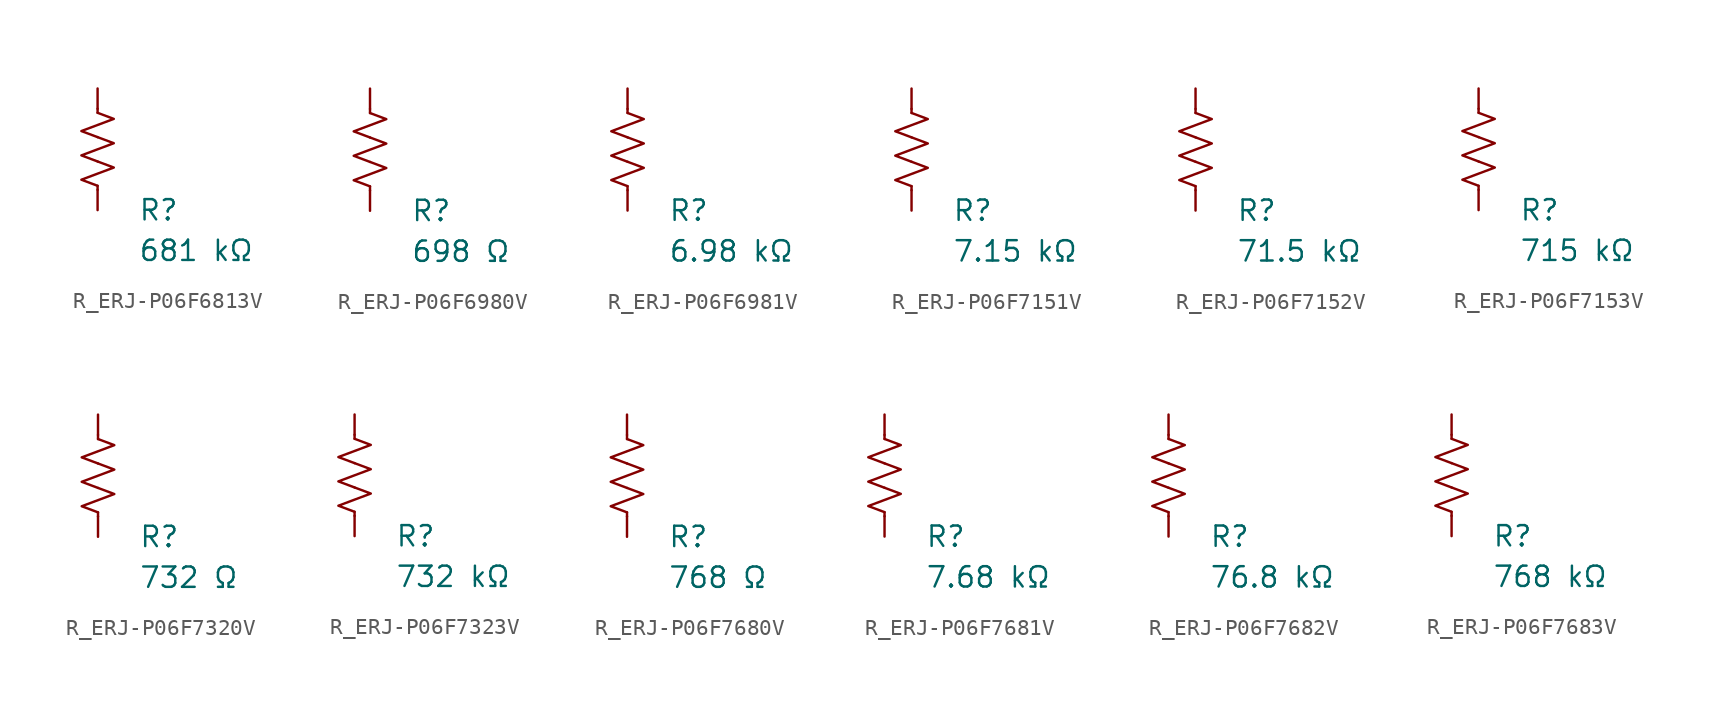
<source format=kicad_sym>
(kicad_symbol_lib
  (version 20231120)
  (generator "kicad_symbol_editor")
  (generator_version "8.0")
  (symbol "R_ERJ-P06F6813V"
    (pin_numbers hide)
    (pin_names
      (offset 0))
    (property "Reference" "R"
      (at 2.54 -3.81 0)
      (effects (font (size 1.27 1.27)) (justify left))
      (show_name no))
    (property "Value" "681 kΩ"
      (at 2.54 -6.35 0)
      (effects (font (size 1.27 1.27)) (justify left))
      (show_name no))
    (symbol "R_ERJ-P06F6813V_0_1"
      (polyline (pts (xy 0 -2.286) (xy 0 -2.54)) (stroke (width 0) (type default)) (fill (type none)))
      (polyline (pts (xy 0 2.286) (xy 0 2.54)) (stroke (width 0) (type default)) (fill (type none)))
      (polyline (pts (xy 0 -0.762) (xy 1.016 -1.143) (xy 0 -1.524) (xy -1.016 -1.905) (xy 0 -2.286)) (stroke (width 0) (type default)) (fill (type none)))
      (polyline (pts (xy 0 0.762) (xy 1.016 0.381) (xy 0 0) (xy -1.016 -0.381) (xy 0 -0.762)) (stroke (width 0) (type default)) (fill (type none)))
      (polyline (pts (xy 0 2.286) (xy 1.016 1.905) (xy 0 1.524) (xy -1.016 1.143) (xy 0 0.762)) (stroke (width 0) (type default)) (fill (type none))))
    (symbol "R_ERJ-P06F6813V_1_1"
      (pin passive line (at 0 3.81 270) (length 1.27) (name "~" (effects (font (size 1.27 1.27)))) (number "1" (effects (font (size 1.27 1.27)))))
      (pin passive line (at 0 -3.81 90) (length 1.27) (name "~" (effects (font (size 1.27 1.27)))) (number "2" (effects (font (size 1.27 1.27)))))))
  (symbol "R_ERJ-P06F6980V"
    (pin_numbers hide)
    (pin_names
      (offset 0))
    (property "Reference" "R"
      (at 2.54 -3.81 0)
      (effects (font (size 1.27 1.27)) (justify left))
      (show_name no))
    (property "Value" "698 Ω"
      (at 2.54 -6.35 0)
      (effects (font (size 1.27 1.27)) (justify left))
      (show_name no))
    (symbol "R_ERJ-P06F6980V_0_1"
      (polyline (pts (xy 0 -2.286) (xy 0 -2.54)) (stroke (width 0) (type default)) (fill (type none)))
      (polyline (pts (xy 0 2.286) (xy 0 2.54)) (stroke (width 0) (type default)) (fill (type none)))
      (polyline (pts (xy 0 -0.762) (xy 1.016 -1.143) (xy 0 -1.524) (xy -1.016 -1.905) (xy 0 -2.286)) (stroke (width 0) (type default)) (fill (type none)))
      (polyline (pts (xy 0 0.762) (xy 1.016 0.381) (xy 0 0) (xy -1.016 -0.381) (xy 0 -0.762)) (stroke (width 0) (type default)) (fill (type none)))
      (polyline (pts (xy 0 2.286) (xy 1.016 1.905) (xy 0 1.524) (xy -1.016 1.143) (xy 0 0.762)) (stroke (width 0) (type default)) (fill (type none))))
    (symbol "R_ERJ-P06F6980V_1_1"
      (pin passive line (at 0 3.81 270) (length 1.27) (name "~" (effects (font (size 1.27 1.27)))) (number "1" (effects (font (size 1.27 1.27)))))
      (pin passive line (at 0 -3.81 90) (length 1.27) (name "~" (effects (font (size 1.27 1.27)))) (number "2" (effects (font (size 1.27 1.27)))))))
  (symbol "R_ERJ-P06F6981V"
    (pin_numbers hide)
    (pin_names
      (offset 0))
    (property "Reference" "R"
      (at 2.54 -3.81 0)
      (effects (font (size 1.27 1.27)) (justify left))
      (show_name no))
    (property "Value" "6.98 kΩ"
      (at 2.54 -6.35 0)
      (effects (font (size 1.27 1.27)) (justify left))
      (show_name no))
    (symbol "R_ERJ-P06F6981V_0_1"
      (polyline (pts (xy 0 -2.286) (xy 0 -2.54)) (stroke (width 0) (type default)) (fill (type none)))
      (polyline (pts (xy 0 2.286) (xy 0 2.54)) (stroke (width 0) (type default)) (fill (type none)))
      (polyline (pts (xy 0 -0.762) (xy 1.016 -1.143) (xy 0 -1.524) (xy -1.016 -1.905) (xy 0 -2.286)) (stroke (width 0) (type default)) (fill (type none)))
      (polyline (pts (xy 0 0.762) (xy 1.016 0.381) (xy 0 0) (xy -1.016 -0.381) (xy 0 -0.762)) (stroke (width 0) (type default)) (fill (type none)))
      (polyline (pts (xy 0 2.286) (xy 1.016 1.905) (xy 0 1.524) (xy -1.016 1.143) (xy 0 0.762)) (stroke (width 0) (type default)) (fill (type none))))
    (symbol "R_ERJ-P06F6981V_1_1"
      (pin passive line (at 0 3.81 270) (length 1.27) (name "~" (effects (font (size 1.27 1.27)))) (number "1" (effects (font (size 1.27 1.27)))))
      (pin passive line (at 0 -3.81 90) (length 1.27) (name "~" (effects (font (size 1.27 1.27)))) (number "2" (effects (font (size 1.27 1.27)))))))
  (symbol "R_ERJ-P06F7151V"
    (pin_numbers hide)
    (pin_names
      (offset 0))
    (property "Reference" "R"
      (at 2.54 -3.81 0)
      (effects (font (size 1.27 1.27)) (justify left))
      (show_name no))
    (property "Value" "7.15 kΩ"
      (at 2.54 -6.35 0)
      (effects (font (size 1.27 1.27)) (justify left))
      (show_name no))
    (symbol "R_ERJ-P06F7151V_0_1"
      (polyline (pts (xy 0 -2.286) (xy 0 -2.54)) (stroke (width 0) (type default)) (fill (type none)))
      (polyline (pts (xy 0 2.286) (xy 0 2.54)) (stroke (width 0) (type default)) (fill (type none)))
      (polyline (pts (xy 0 -0.762) (xy 1.016 -1.143) (xy 0 -1.524) (xy -1.016 -1.905) (xy 0 -2.286)) (stroke (width 0) (type default)) (fill (type none)))
      (polyline (pts (xy 0 0.762) (xy 1.016 0.381) (xy 0 0) (xy -1.016 -0.381) (xy 0 -0.762)) (stroke (width 0) (type default)) (fill (type none)))
      (polyline (pts (xy 0 2.286) (xy 1.016 1.905) (xy 0 1.524) (xy -1.016 1.143) (xy 0 0.762)) (stroke (width 0) (type default)) (fill (type none))))
    (symbol "R_ERJ-P06F7151V_1_1"
      (pin passive line (at 0 3.81 270) (length 1.27) (name "~" (effects (font (size 1.27 1.27)))) (number "1" (effects (font (size 1.27 1.27)))))
      (pin passive line (at 0 -3.81 90) (length 1.27) (name "~" (effects (font (size 1.27 1.27)))) (number "2" (effects (font (size 1.27 1.27)))))))
  (symbol "R_ERJ-P06F7152V"
    (pin_numbers hide)
    (pin_names
      (offset 0))
    (property "Reference" "R"
      (at 2.54 -3.81 0)
      (effects (font (size 1.27 1.27)) (justify left))
      (show_name no))
    (property "Value" "71.5 kΩ"
      (at 2.54 -6.35 0)
      (effects (font (size 1.27 1.27)) (justify left))
      (show_name no))
    (symbol "R_ERJ-P06F7152V_0_1"
      (polyline (pts (xy 0 -2.286) (xy 0 -2.54)) (stroke (width 0) (type default)) (fill (type none)))
      (polyline (pts (xy 0 2.286) (xy 0 2.54)) (stroke (width 0) (type default)) (fill (type none)))
      (polyline (pts (xy 0 -0.762) (xy 1.016 -1.143) (xy 0 -1.524) (xy -1.016 -1.905) (xy 0 -2.286)) (stroke (width 0) (type default)) (fill (type none)))
      (polyline (pts (xy 0 0.762) (xy 1.016 0.381) (xy 0 0) (xy -1.016 -0.381) (xy 0 -0.762)) (stroke (width 0) (type default)) (fill (type none)))
      (polyline (pts (xy 0 2.286) (xy 1.016 1.905) (xy 0 1.524) (xy -1.016 1.143) (xy 0 0.762)) (stroke (width 0) (type default)) (fill (type none))))
    (symbol "R_ERJ-P06F7152V_1_1"
      (pin passive line (at 0 3.81 270) (length 1.27) (name "~" (effects (font (size 1.27 1.27)))) (number "1" (effects (font (size 1.27 1.27)))))
      (pin passive line (at 0 -3.81 90) (length 1.27) (name "~" (effects (font (size 1.27 1.27)))) (number "2" (effects (font (size 1.27 1.27)))))))
  (symbol "R_ERJ-P06F7153V"
    (pin_numbers hide)
    (pin_names
      (offset 0))
    (property "Reference" "R"
      (at 2.54 -3.81 0)
      (effects (font (size 1.27 1.27)) (justify left))
      (show_name no))
    (property "Value" "715 kΩ"
      (at 2.54 -6.35 0)
      (effects (font (size 1.27 1.27)) (justify left))
      (show_name no))
    (symbol "R_ERJ-P06F7153V_0_1"
      (polyline (pts (xy 0 -2.286) (xy 0 -2.54)) (stroke (width 0) (type default)) (fill (type none)))
      (polyline (pts (xy 0 2.286) (xy 0 2.54)) (stroke (width 0) (type default)) (fill (type none)))
      (polyline (pts (xy 0 -0.762) (xy 1.016 -1.143) (xy 0 -1.524) (xy -1.016 -1.905) (xy 0 -2.286)) (stroke (width 0) (type default)) (fill (type none)))
      (polyline (pts (xy 0 0.762) (xy 1.016 0.381) (xy 0 0) (xy -1.016 -0.381) (xy 0 -0.762)) (stroke (width 0) (type default)) (fill (type none)))
      (polyline (pts (xy 0 2.286) (xy 1.016 1.905) (xy 0 1.524) (xy -1.016 1.143) (xy 0 0.762)) (stroke (width 0) (type default)) (fill (type none))))
    (symbol "R_ERJ-P06F7153V_1_1"
      (pin passive line (at 0 3.81 270) (length 1.27) (name "~" (effects (font (size 1.27 1.27)))) (number "1" (effects (font (size 1.27 1.27)))))
      (pin passive line (at 0 -3.81 90) (length 1.27) (name "~" (effects (font (size 1.27 1.27)))) (number "2" (effects (font (size 1.27 1.27)))))))
  (symbol "R_ERJ-P06F7320V"
    (pin_numbers hide)
    (pin_names
      (offset 0))
    (property "Reference" "R"
      (at 2.54 -3.81 0)
      (effects (font (size 1.27 1.27)) (justify left))
      (show_name no))
    (property "Value" "732 Ω"
      (at 2.54 -6.35 0)
      (effects (font (size 1.27 1.27)) (justify left))
      (show_name no))
    (symbol "R_ERJ-P06F7320V_0_1"
      (polyline (pts (xy 0 -2.286) (xy 0 -2.54)) (stroke (width 0) (type default)) (fill (type none)))
      (polyline (pts (xy 0 2.286) (xy 0 2.54)) (stroke (width 0) (type default)) (fill (type none)))
      (polyline (pts (xy 0 -0.762) (xy 1.016 -1.143) (xy 0 -1.524) (xy -1.016 -1.905) (xy 0 -2.286)) (stroke (width 0) (type default)) (fill (type none)))
      (polyline (pts (xy 0 0.762) (xy 1.016 0.381) (xy 0 0) (xy -1.016 -0.381) (xy 0 -0.762)) (stroke (width 0) (type default)) (fill (type none)))
      (polyline (pts (xy 0 2.286) (xy 1.016 1.905) (xy 0 1.524) (xy -1.016 1.143) (xy 0 0.762)) (stroke (width 0) (type default)) (fill (type none))))
    (symbol "R_ERJ-P06F7320V_1_1"
      (pin passive line (at 0 3.81 270) (length 1.27) (name "~" (effects (font (size 1.27 1.27)))) (number "1" (effects (font (size 1.27 1.27)))))
      (pin passive line (at 0 -3.81 90) (length 1.27) (name "~" (effects (font (size 1.27 1.27)))) (number "2" (effects (font (size 1.27 1.27)))))))
  (symbol "R_ERJ-P06F7323V"
    (pin_numbers hide)
    (pin_names
      (offset 0))
    (property "Reference" "R"
      (at 2.54 -3.81 0)
      (effects (font (size 1.27 1.27)) (justify left))
      (show_name no))
    (property "Value" "732 kΩ"
      (at 2.54 -6.35 0)
      (effects (font (size 1.27 1.27)) (justify left))
      (show_name no))
    (symbol "R_ERJ-P06F7323V_0_1"
      (polyline (pts (xy 0 -2.286) (xy 0 -2.54)) (stroke (width 0) (type default)) (fill (type none)))
      (polyline (pts (xy 0 2.286) (xy 0 2.54)) (stroke (width 0) (type default)) (fill (type none)))
      (polyline (pts (xy 0 -0.762) (xy 1.016 -1.143) (xy 0 -1.524) (xy -1.016 -1.905) (xy 0 -2.286)) (stroke (width 0) (type default)) (fill (type none)))
      (polyline (pts (xy 0 0.762) (xy 1.016 0.381) (xy 0 0) (xy -1.016 -0.381) (xy 0 -0.762)) (stroke (width 0) (type default)) (fill (type none)))
      (polyline (pts (xy 0 2.286) (xy 1.016 1.905) (xy 0 1.524) (xy -1.016 1.143) (xy 0 0.762)) (stroke (width 0) (type default)) (fill (type none))))
    (symbol "R_ERJ-P06F7323V_1_1"
      (pin passive line (at 0 3.81 270) (length 1.27) (name "~" (effects (font (size 1.27 1.27)))) (number "1" (effects (font (size 1.27 1.27)))))
      (pin passive line (at 0 -3.81 90) (length 1.27) (name "~" (effects (font (size 1.27 1.27)))) (number "2" (effects (font (size 1.27 1.27)))))))
  (symbol "R_ERJ-P06F7680V"
    (pin_numbers hide)
    (pin_names
      (offset 0))
    (property "Reference" "R"
      (at 2.54 -3.81 0)
      (effects (font (size 1.27 1.27)) (justify left))
      (show_name no))
    (property "Value" "768 Ω"
      (at 2.54 -6.35 0)
      (effects (font (size 1.27 1.27)) (justify left))
      (show_name no))
    (symbol "R_ERJ-P06F7680V_0_1"
      (polyline (pts (xy 0 -2.286) (xy 0 -2.54)) (stroke (width 0) (type default)) (fill (type none)))
      (polyline (pts (xy 0 2.286) (xy 0 2.54)) (stroke (width 0) (type default)) (fill (type none)))
      (polyline (pts (xy 0 -0.762) (xy 1.016 -1.143) (xy 0 -1.524) (xy -1.016 -1.905) (xy 0 -2.286)) (stroke (width 0) (type default)) (fill (type none)))
      (polyline (pts (xy 0 0.762) (xy 1.016 0.381) (xy 0 0) (xy -1.016 -0.381) (xy 0 -0.762)) (stroke (width 0) (type default)) (fill (type none)))
      (polyline (pts (xy 0 2.286) (xy 1.016 1.905) (xy 0 1.524) (xy -1.016 1.143) (xy 0 0.762)) (stroke (width 0) (type default)) (fill (type none))))
    (symbol "R_ERJ-P06F7680V_1_1"
      (pin passive line (at 0 3.81 270) (length 1.27) (name "~" (effects (font (size 1.27 1.27)))) (number "1" (effects (font (size 1.27 1.27)))))
      (pin passive line (at 0 -3.81 90) (length 1.27) (name "~" (effects (font (size 1.27 1.27)))) (number "2" (effects (font (size 1.27 1.27)))))))
  (symbol "R_ERJ-P06F7681V"
    (pin_numbers hide)
    (pin_names
      (offset 0))
    (property "Reference" "R"
      (at 2.54 -3.81 0)
      (effects (font (size 1.27 1.27)) (justify left))
      (show_name no))
    (property "Value" "7.68 kΩ"
      (at 2.54 -6.35 0)
      (effects (font (size 1.27 1.27)) (justify left))
      (show_name no))
    (symbol "R_ERJ-P06F7681V_0_1"
      (polyline (pts (xy 0 -2.286) (xy 0 -2.54)) (stroke (width 0) (type default)) (fill (type none)))
      (polyline (pts (xy 0 2.286) (xy 0 2.54)) (stroke (width 0) (type default)) (fill (type none)))
      (polyline (pts (xy 0 -0.762) (xy 1.016 -1.143) (xy 0 -1.524) (xy -1.016 -1.905) (xy 0 -2.286)) (stroke (width 0) (type default)) (fill (type none)))
      (polyline (pts (xy 0 0.762) (xy 1.016 0.381) (xy 0 0) (xy -1.016 -0.381) (xy 0 -0.762)) (stroke (width 0) (type default)) (fill (type none)))
      (polyline (pts (xy 0 2.286) (xy 1.016 1.905) (xy 0 1.524) (xy -1.016 1.143) (xy 0 0.762)) (stroke (width 0) (type default)) (fill (type none))))
    (symbol "R_ERJ-P06F7681V_1_1"
      (pin passive line (at 0 3.81 270) (length 1.27) (name "~" (effects (font (size 1.27 1.27)))) (number "1" (effects (font (size 1.27 1.27)))))
      (pin passive line (at 0 -3.81 90) (length 1.27) (name "~" (effects (font (size 1.27 1.27)))) (number "2" (effects (font (size 1.27 1.27)))))))
  (symbol "R_ERJ-P06F7682V"
    (pin_numbers hide)
    (pin_names
      (offset 0))
    (property "Reference" "R"
      (at 2.54 -3.81 0)
      (effects (font (size 1.27 1.27)) (justify left))
      (show_name no))
    (property "Value" "76.8 kΩ"
      (at 2.54 -6.35 0)
      (effects (font (size 1.27 1.27)) (justify left))
      (show_name no))
    (symbol "R_ERJ-P06F7682V_0_1"
      (polyline (pts (xy 0 -2.286) (xy 0 -2.54)) (stroke (width 0) (type default)) (fill (type none)))
      (polyline (pts (xy 0 2.286) (xy 0 2.54)) (stroke (width 0) (type default)) (fill (type none)))
      (polyline (pts (xy 0 -0.762) (xy 1.016 -1.143) (xy 0 -1.524) (xy -1.016 -1.905) (xy 0 -2.286)) (stroke (width 0) (type default)) (fill (type none)))
      (polyline (pts (xy 0 0.762) (xy 1.016 0.381) (xy 0 0) (xy -1.016 -0.381) (xy 0 -0.762)) (stroke (width 0) (type default)) (fill (type none)))
      (polyline (pts (xy 0 2.286) (xy 1.016 1.905) (xy 0 1.524) (xy -1.016 1.143) (xy 0 0.762)) (stroke (width 0) (type default)) (fill (type none))))
    (symbol "R_ERJ-P06F7682V_1_1"
      (pin passive line (at 0 3.81 270) (length 1.27) (name "~" (effects (font (size 1.27 1.27)))) (number "1" (effects (font (size 1.27 1.27)))))
      (pin passive line (at 0 -3.81 90) (length 1.27) (name "~" (effects (font (size 1.27 1.27)))) (number "2" (effects (font (size 1.27 1.27)))))))
  (symbol "R_ERJ-P06F7683V"
    (pin_numbers hide)
    (pin_names
      (offset 0))
    (property "Reference" "R"
      (at 2.54 -3.81 0)
      (effects (font (size 1.27 1.27)) (justify left))
      (show_name no))
    (property "Value" "768 kΩ"
      (at 2.54 -6.35 0)
      (effects (font (size 1.27 1.27)) (justify left))
      (show_name no))
    (symbol "R_ERJ-P06F7683V_0_1"
      (polyline (pts (xy 0 -2.286) (xy 0 -2.54)) (stroke (width 0) (type default)) (fill (type none)))
      (polyline (pts (xy 0 2.286) (xy 0 2.54)) (stroke (width 0) (type default)) (fill (type none)))
      (polyline (pts (xy 0 -0.762) (xy 1.016 -1.143) (xy 0 -1.524) (xy -1.016 -1.905) (xy 0 -2.286)) (stroke (width 0) (type default)) (fill (type none)))
      (polyline (pts (xy 0 0.762) (xy 1.016 0.381) (xy 0 0) (xy -1.016 -0.381) (xy 0 -0.762)) (stroke (width 0) (type default)) (fill (type none)))
      (polyline (pts (xy 0 2.286) (xy 1.016 1.905) (xy 0 1.524) (xy -1.016 1.143) (xy 0 0.762)) (stroke (width 0) (type default)) (fill (type none))))
    (symbol "R_ERJ-P06F7683V_1_1"
      (pin passive line (at 0 3.81 270) (length 1.27) (name "~" (effects (font (size 1.27 1.27)))) (number "1" (effects (font (size 1.27 1.27)))))
      (pin passive line (at 0 -3.81 90) (length 1.27) (name "~" (effects (font (size 1.27 1.27)))) (number "2" (effects (font (size 1.27 1.27))))))))
</source>
